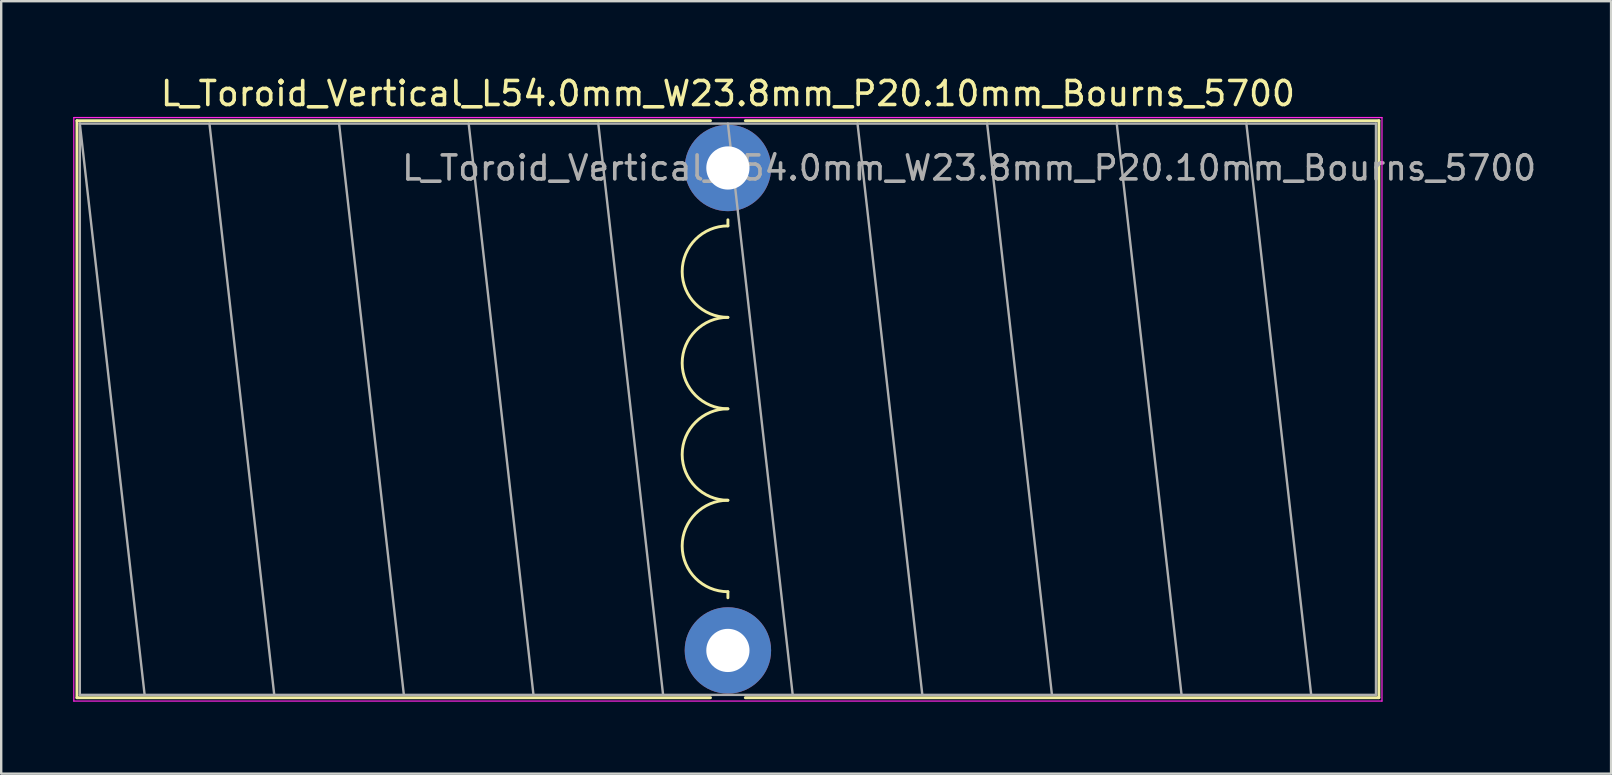
<source format=kicad_pcb>
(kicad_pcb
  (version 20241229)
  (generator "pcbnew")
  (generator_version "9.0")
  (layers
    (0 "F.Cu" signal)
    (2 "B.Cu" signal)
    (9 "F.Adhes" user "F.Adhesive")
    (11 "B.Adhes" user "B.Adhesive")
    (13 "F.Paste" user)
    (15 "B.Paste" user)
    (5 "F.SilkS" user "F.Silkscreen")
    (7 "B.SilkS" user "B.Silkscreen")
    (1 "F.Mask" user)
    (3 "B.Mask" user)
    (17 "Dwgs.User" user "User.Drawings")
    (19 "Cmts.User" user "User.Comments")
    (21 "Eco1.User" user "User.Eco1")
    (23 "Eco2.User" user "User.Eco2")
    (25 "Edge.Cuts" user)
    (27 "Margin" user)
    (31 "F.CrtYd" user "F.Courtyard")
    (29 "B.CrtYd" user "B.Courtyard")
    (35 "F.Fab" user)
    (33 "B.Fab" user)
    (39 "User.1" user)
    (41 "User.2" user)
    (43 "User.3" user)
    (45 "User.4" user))
  (footprint "L_Toroid_Vertical_L54.0mm_W23.8mm_P20.10mm_Bourns_5700"
    (layer "F.Cu")
    (at 27.275 3.948)
    (property "Reference" "L_Toroid_Vertical_L54.0mm_W23.8mm_P20.10mm_Bourns_5700" (at 0 -3.1 0) (layer "F.SilkS") (effects (font (size 1 1) (thickness 0.15))))
    (attr through_hole)
    (fp_line (start -27.12 -1.97) (end -27.12 22.07) (stroke (width 0.12) (type solid)) (layer "F.SilkS"))
    (fp_line (start -27.12 -1.97) (end -0.725 -1.97) (stroke (width 0.12) (type solid)) (layer "F.SilkS"))
    (fp_line (start -27.12 22.07) (end -0.725 22.07) (stroke (width 0.12) (type solid)) (layer "F.SilkS"))
    (fp_line (start 0 2.413) (end 0 2.159) (stroke (width 0.12) (type solid)) (layer "F.SilkS"))
    (fp_line (start 0 17.653) (end 0 17.907) (stroke (width 0.12) (type solid)) (layer "F.SilkS"))
    (fp_line (start 0.725 -1.97) (end 27.12 -1.97) (stroke (width 0.12) (type solid)) (layer "F.SilkS"))
    (fp_line (start 0.725 22.07) (end 27.12 22.07) (stroke (width 0.12) (type solid)) (layer "F.SilkS"))
    (fp_line (start 27.12 -1.97) (end 27.12 22.07) (stroke (width 0.12) (type solid)) (layer "F.SilkS"))
    (fp_arc (start 0 6.223) (mid -1.905 4.318) (end 0 2.413) (stroke (width 0.12) (type solid)) (layer "F.SilkS"))
    (fp_arc (start 0 10.033) (mid -1.905 8.128) (end 0 6.223) (stroke (width 0.12) (type solid)) (layer "F.SilkS"))
    (fp_arc (start 0 13.843) (mid -1.905 11.938) (end 0 10.033) (stroke (width 0.12) (type solid)) (layer "F.SilkS"))
    (fp_arc (start 0 17.653) (mid -1.905 15.748) (end 0 13.843) (stroke (width 0.12) (type solid)) (layer "F.SilkS"))
    (fp_line (start -27.25 -2.1) (end -27.25 22.21) (stroke (width 0.05) (type solid)) (layer "F.CrtYd"))
    (fp_line (start -27.25 22.21) (end 27.25 22.21) (stroke (width 0.05) (type solid)) (layer "F.CrtYd"))
    (fp_line (start 27.25 -2.1) (end -27.25 -2.1) (stroke (width 0.05) (type solid)) (layer "F.CrtYd"))
    (fp_line (start 27.25 22.21) (end 27.25 -2.1) (stroke (width 0.05) (type solid)) (layer "F.CrtYd"))
    (fp_line (start -27 -1.85) (end -27 21.95) (stroke (width 0.1) (type solid)) (layer "F.Fab"))
    (fp_line (start -27 -1.85) (end -24.3 21.95) (stroke (width 0.1) (type solid)) (layer "F.Fab"))
    (fp_line (start -27 21.95) (end 27 21.95) (stroke (width 0.1) (type solid)) (layer "F.Fab"))
    (fp_line (start -21.6 -1.85) (end -18.9 21.95) (stroke (width 0.1) (type solid)) (layer "F.Fab"))
    (fp_line (start -16.2 -1.85) (end -13.5 21.95) (stroke (width 0.1) (type solid)) (layer "F.Fab"))
    (fp_line (start -10.8 -1.85) (end -8.1 21.95) (stroke (width 0.1) (type solid)) (layer "F.Fab"))
    (fp_line (start -5.4 -1.85) (end -2.7 21.95) (stroke (width 0.1) (type solid)) (layer "F.Fab"))
    (fp_line (start 0 -1.85) (end 2.7 21.95) (stroke (width 0.1) (type solid)) (layer "F.Fab"))
    (fp_line (start 5.4 -1.85) (end 8.1 21.95) (stroke (width 0.1) (type solid)) (layer "F.Fab"))
    (fp_line (start 10.8 -1.85) (end 13.5 21.95) (stroke (width 0.1) (type solid)) (layer "F.Fab"))
    (fp_line (start 16.2 -1.85) (end 18.9 21.95) (stroke (width 0.1) (type solid)) (layer "F.Fab"))
    (fp_line (start 21.6 -1.85) (end 24.3 21.95) (stroke (width 0.1) (type solid)) (layer "F.Fab"))
    (fp_line (start 27 -1.85) (end -27 -1.85) (stroke (width 0.1) (type solid)) (layer "F.Fab"))
    (fp_line (start 27 21.95) (end 27 -1.85) (stroke (width 0.1) (type solid)) (layer "F.Fab"))
    (fp_text user "${REFERENCE}" (at 10.05 0 0) (layer "F.Fab") (effects (font (size 1 1) (thickness 0.15))))
    (pad "1" thru_hole circle (at 0 0) (size 3.6 3.6) (drill 1.8) (layers "*.Cu" "*.Mask"))
    (pad "2" thru_hole circle (at 0 20.1) (size 3.6 3.6) (drill 1.8) (layers "*.Cu" "*.Mask")))
  (gr_rect
    (start -3 -3)
    (end 64.069 29.183)
    (stroke (width 0.1) (type default))
    (fill no)
    (layer "Edge.Cuts")))
</source>
